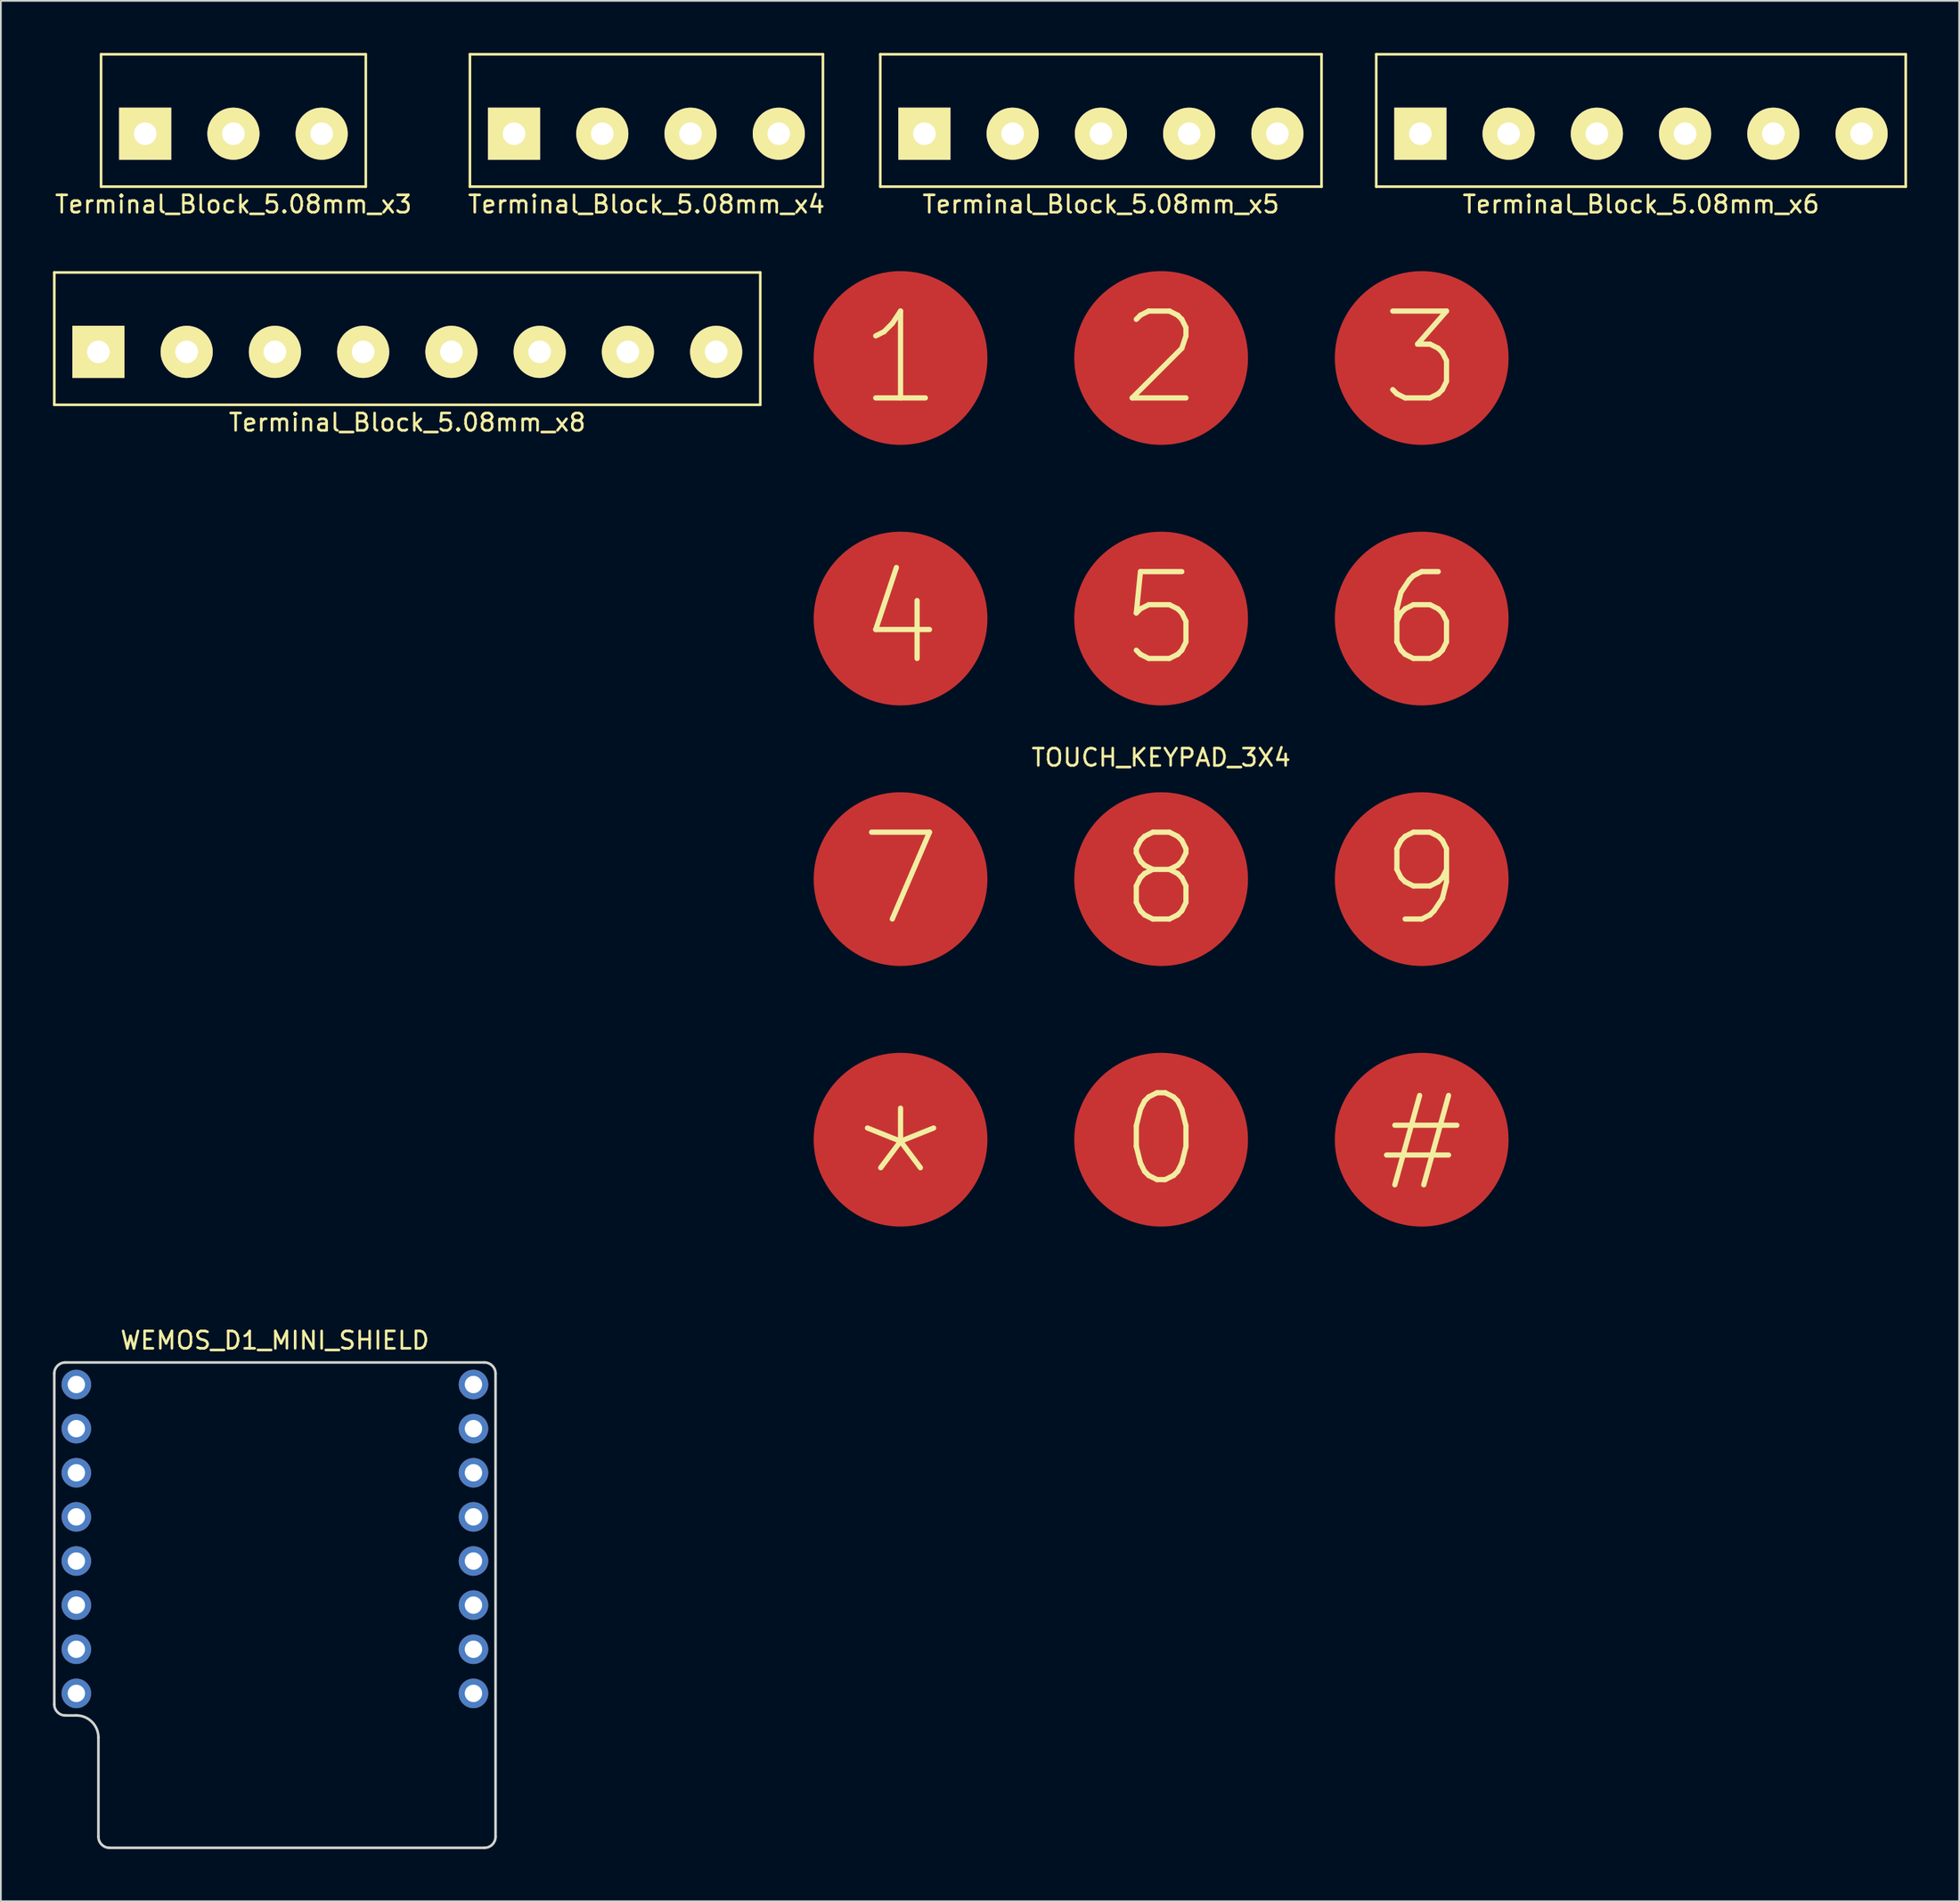
<source format=kicad_pcb>
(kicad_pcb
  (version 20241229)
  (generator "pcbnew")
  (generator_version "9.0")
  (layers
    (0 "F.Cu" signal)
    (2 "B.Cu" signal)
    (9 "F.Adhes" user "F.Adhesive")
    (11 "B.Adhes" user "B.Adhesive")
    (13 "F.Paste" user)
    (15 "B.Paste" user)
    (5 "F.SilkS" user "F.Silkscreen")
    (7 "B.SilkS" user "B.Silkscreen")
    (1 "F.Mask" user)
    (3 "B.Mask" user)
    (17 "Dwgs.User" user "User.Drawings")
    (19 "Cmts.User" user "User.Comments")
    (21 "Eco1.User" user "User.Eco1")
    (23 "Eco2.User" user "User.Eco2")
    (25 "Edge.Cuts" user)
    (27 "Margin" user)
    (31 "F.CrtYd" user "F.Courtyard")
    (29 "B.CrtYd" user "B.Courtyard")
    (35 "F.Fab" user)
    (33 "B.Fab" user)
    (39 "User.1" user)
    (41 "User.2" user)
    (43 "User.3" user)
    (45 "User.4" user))
  (footprint "Terminal_Block_5.08mm_x6"
    (layer "F.Cu")
    (at 91.413 4.647)
    (property "Reference" "Terminal_Block_5.08mm_x6" (at 0 4.064 0) (layer "F.SilkS") (effects (font (size 1 1) (thickness 0.15))))
    (attr through_hole)
    (fp_line (start -15.24 -4.572) (end -15.24 3.048) (stroke (width 0.15) (type solid)) (layer "F.SilkS"))
    (fp_line (start -15.24 3.048) (end 15.24 3.048) (stroke (width 0.15) (type solid)) (layer "F.SilkS"))
    (fp_line (start 15.24 -4.572) (end -15.24 -4.572) (stroke (width 0.15) (type solid)) (layer "F.SilkS"))
    (fp_line (start 15.24 3.048) (end 15.24 -4.572) (stroke (width 0.15) (type solid)) (layer "F.SilkS"))
    (pad "1" thru_hole rect (at -12.7 0) (size 3 3) (drill 1.3) (layers "*.Cu" "*.Mask" "F.SilkS"))
    (pad "2" thru_hole circle (at -7.62 0) (size 3 3) (drill 1.3) (layers "*.Cu" "*.Mask" "F.SilkS"))
    (pad "3" thru_hole circle (at -2.54 0) (size 3 3) (drill 1.3) (layers "*.Cu" "*.Mask" "F.SilkS"))
    (pad "4" thru_hole circle (at 2.54 0) (size 3 3) (drill 1.3) (layers "*.Cu" "*.Mask" "F.SilkS"))
    (pad "5" thru_hole circle (at 7.62 0) (size 3 3) (drill 1.3) (layers "*.Cu" "*.Mask" "F.SilkS"))
    (pad "6" thru_hole circle (at 12.7 0) (size 3 3) (drill 1.3) (layers "*.Cu" "*.Mask" "F.SilkS")))
  (footprint "Terminal_Block_5.08mm_x3"
    (layer "F.Cu")
    (at 10.387 4.647)
    (property "Reference" "Terminal_Block_5.08mm_x3" (at 0 4.064 0) (layer "F.SilkS") (effects (font (size 1 1) (thickness 0.15))))
    (attr through_hole)
    (fp_line (start -7.62 -4.572) (end -7.62 3.048) (stroke (width 0.15) (type solid)) (layer "F.SilkS"))
    (fp_line (start -7.62 -4.572) (end 7.62 -4.572) (stroke (width 0.15) (type solid)) (layer "F.SilkS"))
    (fp_line (start 7.62 3.048) (end -7.62 3.048) (stroke (width 0.15) (type solid)) (layer "F.SilkS"))
    (fp_line (start 7.62 3.048) (end 7.62 -4.572) (stroke (width 0.15) (type solid)) (layer "F.SilkS"))
    (pad "1" thru_hole rect (at -5.08 0) (size 3 3) (drill 1.3) (layers "*.Cu" "*.Mask" "F.SilkS"))
    (pad "2" thru_hole circle (at 0 0) (size 3 3) (drill 1.3) (layers "*.Cu" "*.Mask" "F.SilkS"))
    (pad "3" thru_hole circle (at 5.08 0) (size 3 3) (drill 1.3) (layers "*.Cu" "*.Mask" "F.SilkS")))
  (footprint "TOUCH_KEYPAD_3X4"
    (layer "F.Cu")
    (at 63.79 32.559)
    (property "Reference" "TOUCH_KEYPAD_3X4" (at 0 8 0) (unlocked yes) (layer "F.SilkS") (effects (font (size 1 1) (thickness 0.15))))
    (attr smd)
    (fp_text user "#" (at 15 30 0) (unlocked yes) (layer "F.SilkS") (effects (font (size 4 5) (thickness 0.3))))
    (fp_text user "4" (at -15 0 0) (unlocked yes) (layer "F.SilkS") (effects (font (size 5 5) (thickness 0.3))))
    (fp_text user "5" (at 0 0 0) (unlocked yes) (layer "F.SilkS") (effects (font (size 5 5) (thickness 0.3))))
    (fp_text user "6" (at 15 0 0) (unlocked yes) (layer "F.SilkS") (effects (font (size 5 5) (thickness 0.3))))
    (fp_text user "*" (at -15 32.5 0) (unlocked yes) (layer "F.SilkS") (effects (font (size 8 8) (thickness 0.3))))
    (fp_text user "9" (at 15 15 0) (unlocked yes) (layer "F.SilkS") (effects (font (size 5 5) (thickness 0.3))))
    (fp_text user "7" (at -15 15 0) (unlocked yes) (layer "F.SilkS") (effects (font (size 5 5) (thickness 0.3))))
    (fp_text user "2" (at 0 -15 0) (unlocked yes) (layer "F.SilkS") (effects (font (size 5 5) (thickness 0.3))))
    (fp_text user "1" (at -15 -15 0) (unlocked yes) (layer "F.SilkS") (effects (font (size 5 5) (thickness 0.3))))
    (fp_text user "0" (at 0 30 0) (unlocked yes) (layer "F.SilkS") (effects (font (size 5 5) (thickness 0.3))))
    (fp_text user "3" (at 15 -15 0) (unlocked yes) (layer "F.SilkS") (effects (font (size 5 5) (thickness 0.3))))
    (fp_text user "8" (at 0 15 0) (unlocked yes) (layer "F.SilkS") (effects (font (size 5 5) (thickness 0.3))))
    (pad "1" smd circle (at -15 -15) (size 10 10) (layers "F.Cu"))
    (pad "2" smd circle (at 0 -15) (size 10 10) (layers "F.Cu"))
    (pad "3" smd circle (at 15 -15) (size 10 10) (layers "F.Cu"))
    (pad "4" smd circle (at -15 0) (size 10 10) (layers "F.Cu"))
    (pad "5" smd circle (at 0 0) (size 10 10) (layers "F.Cu"))
    (pad "6" smd circle (at 15 0) (size 10 10) (layers "F.Cu"))
    (pad "7" smd circle (at -15 15) (size 10 10) (layers "F.Cu"))
    (pad "8" smd circle (at 0 15) (size 10 10) (layers "F.Cu"))
    (pad "9" smd circle (at 15 15) (size 10 10) (layers "F.Cu"))
    (pad "10" smd circle (at -15 30) (size 10 10) (layers "F.Cu"))
    (pad "11" smd circle (at 0 30) (size 10 10) (layers "F.Cu"))
    (pad "12" smd circle (at 15 30) (size 10 10) (layers "F.Cu")))
  (footprint "Terminal_Block_5.08mm_x8"
    (layer "F.Cu")
    (at 20.395 17.206)
    (property "Reference" "Terminal_Block_5.08mm_x8" (at 0 4.064 0) (layer "F.SilkS") (effects (font (size 1 1) (thickness 0.15))))
    (attr through_hole)
    (fp_line (start -20.32 -4.572) (end 20.32 -4.572) (stroke (width 0.15) (type solid)) (layer "F.SilkS"))
    (fp_line (start -20.32 3.048) (end -20.32 -4.572) (stroke (width 0.15) (type solid)) (layer "F.SilkS"))
    (fp_line (start 20.32 -4.572) (end 20.32 3.048) (stroke (width 0.15) (type solid)) (layer "F.SilkS"))
    (fp_line (start 20.32 3.048) (end -20.32 3.048) (stroke (width 0.15) (type solid)) (layer "F.SilkS"))
    (pad "1" thru_hole rect (at -17.78 0) (size 3 3) (drill 1.3) (layers "*.Cu" "*.Mask" "F.SilkS"))
    (pad "2" thru_hole circle (at -12.7 0) (size 3 3) (drill 1.3) (layers "*.Cu" "*.Mask" "F.SilkS"))
    (pad "3" thru_hole circle (at -7.62 0) (size 3 3) (drill 1.3) (layers "*.Cu" "*.Mask" "F.SilkS"))
    (pad "4" thru_hole circle (at -2.54 0) (size 3 3) (drill 1.3) (layers "*.Cu" "*.Mask" "F.SilkS"))
    (pad "5" thru_hole circle (at 2.54 0) (size 3 3) (drill 1.3) (layers "*.Cu" "*.Mask" "F.SilkS"))
    (pad "6" thru_hole circle (at 7.62 0) (size 3 3) (drill 1.3) (layers "*.Cu" "*.Mask" "F.SilkS"))
    (pad "7" thru_hole circle (at 12.7 0) (size 3 3) (drill 1.3) (layers "*.Cu" "*.Mask" "F.SilkS"))
    (pad "8" thru_hole circle (at 17.78 0) (size 3 3) (drill 1.3) (layers "*.Cu" "*.Mask" "F.SilkS")))
  (footprint "WEMOS_D1_MINI_SHIELD"
    (layer "F.Cu")
    (at 12.775 86.814)
    (property "Reference" "WEMOS_D1_MINI_SHIELD" (at 0 -12.7 0) (layer "F.SilkS") (effects (font (size 1 1) (thickness 0.15))))
    (attr through_hole)
    (fp_line (start -12.7 -10.795) (end -12.7 8.255) (stroke (width 0.15) (type solid)) (layer "Edge.Cuts"))
    (fp_line (start -12.065 8.89) (end -11.43 8.89) (stroke (width 0.15) (type solid)) (layer "Edge.Cuts"))
    (fp_line (start -10.16 10.16) (end -10.16 15.875) (stroke (width 0.15) (type solid)) (layer "Edge.Cuts"))
    (fp_line (start -9.525 16.51) (end 12.065 16.51) (stroke (width 0.15) (type solid)) (layer "Edge.Cuts"))
    (fp_line (start 12.065 -11.43) (end -12.065 -11.43) (stroke (width 0.15) (type solid)) (layer "Edge.Cuts"))
    (fp_line (start 12.7 15.875) (end 12.7 -10.795) (stroke (width 0.15) (type solid)) (layer "Edge.Cuts"))
    (fp_arc (start -12.7 -10.795) (mid -12.514013 -11.244013) (end -12.065 -11.43) (stroke (width 0.15) (type solid)) (layer "Edge.Cuts"))
    (fp_arc (start -12.065 8.89) (mid -12.514013 8.704013) (end -12.7 8.255) (stroke (width 0.15) (type solid)) (layer "Edge.Cuts"))
    (fp_arc (start -11.43 8.89) (mid -10.531974 9.261974) (end -10.16 10.16) (stroke (width 0.15) (type solid)) (layer "Edge.Cuts"))
    (fp_arc (start -9.525 16.51) (mid -9.974013 16.324013) (end -10.16 15.875) (stroke (width 0.15) (type solid)) (layer "Edge.Cuts"))
    (fp_arc (start 12.065 -11.43) (mid 12.514013 -11.244013) (end 12.7 -10.795) (stroke (width 0.15) (type solid)) (layer "Edge.Cuts"))
    (fp_arc (start 12.7 15.875) (mid 12.514013 16.324013) (end 12.065 16.51) (stroke (width 0.15) (type solid)) (layer "Edge.Cuts"))
    (pad "1" thru_hole circle (at -11.43 -10.16) (size 1.7 1.7) (drill 1) (layers "*.Cu" "*.Mask"))
    (pad "2" thru_hole circle (at -11.43 -7.62) (size 1.7 1.7) (drill 1) (layers "*.Cu" "*.Mask"))
    (pad "3" thru_hole circle (at -11.43 -5.08) (size 1.7 1.7) (drill 1) (layers "*.Cu" "*.Mask"))
    (pad "4" thru_hole circle (at -11.43 -2.54) (size 1.7 1.7) (drill 1) (layers "*.Cu" "*.Mask"))
    (pad "5" thru_hole circle (at -11.43 0) (size 1.7 1.7) (drill 1) (layers "*.Cu" "*.Mask"))
    (pad "6" thru_hole circle (at -11.43 2.54) (size 1.7 1.7) (drill 1) (layers "*.Cu" "*.Mask"))
    (pad "7" thru_hole circle (at -11.43 5.08) (size 1.7 1.7) (drill 1) (layers "*.Cu" "*.Mask"))
    (pad "8" thru_hole circle (at -11.43 7.62) (size 1.7 1.7) (drill 1) (layers "*.Cu" "*.Mask"))
    (pad "9" thru_hole circle (at 11.43 7.62) (size 1.7 1.7) (drill 1) (layers "*.Cu" "*.Mask"))
    (pad "10" thru_hole circle (at 11.43 5.08) (size 1.7 1.7) (drill 1) (layers "*.Cu" "*.Mask"))
    (pad "11" thru_hole circle (at 11.43 2.54) (size 1.7 1.7) (drill 1) (layers "*.Cu" "*.Mask"))
    (pad "12" thru_hole circle (at 11.43 0) (size 1.7 1.7) (drill 1) (layers "*.Cu" "*.Mask"))
    (pad "13" thru_hole circle (at 11.43 -2.54) (size 1.7 1.7) (drill 1) (layers "*.Cu" "*.Mask"))
    (pad "14" thru_hole circle (at 11.43 -5.08) (size 1.7 1.7) (drill 1) (layers "*.Cu" "*.Mask"))
    (pad "15" thru_hole circle (at 11.43 -7.62) (size 1.7 1.7) (drill 1) (layers "*.Cu" "*.Mask"))
    (pad "16" thru_hole circle (at 11.43 -10.16) (size 1.7 1.7) (drill 1) (layers "*.Cu" "*.Mask")))
  (footprint "Terminal_Block_5.08mm_x5"
    (layer "F.Cu")
    (at 60.323 4.647)
    (property "Reference" "Terminal_Block_5.08mm_x5" (at 0 4.064 0) (layer "F.SilkS") (effects (font (size 1 1) (thickness 0.15))))
    (attr through_hole)
    (fp_line (start -12.7 -4.572) (end -12.7 3.048) (stroke (width 0.15) (type solid)) (layer "F.SilkS"))
    (fp_line (start -12.7 3.048) (end 12.7 3.048) (stroke (width 0.15) (type solid)) (layer "F.SilkS"))
    (fp_line (start 12.7 -4.572) (end -12.7 -4.572) (stroke (width 0.15) (type solid)) (layer "F.SilkS"))
    (fp_line (start 12.7 3.048) (end 12.7 -4.572) (stroke (width 0.15) (type solid)) (layer "F.SilkS"))
    (pad "1" thru_hole rect (at -10.16 0) (size 3 3) (drill 1.3) (layers "*.Cu" "*.Mask" "F.SilkS"))
    (pad "2" thru_hole circle (at -5.08 0) (size 3 3) (drill 1.3) (layers "*.Cu" "*.Mask" "F.SilkS"))
    (pad "3" thru_hole circle (at 0 0) (size 3 3) (drill 1.3) (layers "*.Cu" "*.Mask" "F.SilkS"))
    (pad "4" thru_hole circle (at 5.08 0) (size 3 3) (drill 1.3) (layers "*.Cu" "*.Mask" "F.SilkS"))
    (pad "5" thru_hole circle (at 10.16 0) (size 3 3) (drill 1.3) (layers "*.Cu" "*.Mask" "F.SilkS")))
  (footprint "Terminal_Block_5.08mm_x4"
    (layer "F.Cu")
    (at 34.161 4.647)
    (property "Reference" "Terminal_Block_5.08mm_x4" (at 0 4.064 0) (layer "F.SilkS") (effects (font (size 1 1) (thickness 0.15))))
    (attr through_hole)
    (fp_line (start -10.16 -4.572) (end -10.16 3.048) (stroke (width 0.15) (type solid)) (layer "F.SilkS"))
    (fp_line (start -10.16 -4.572) (end 10.16 -4.572) (stroke (width 0.15) (type solid)) (layer "F.SilkS"))
    (fp_line (start 10.16 3.048) (end -10.16 3.048) (stroke (width 0.15) (type solid)) (layer "F.SilkS"))
    (fp_line (start 10.16 3.048) (end 10.16 -4.572) (stroke (width 0.15) (type solid)) (layer "F.SilkS"))
    (pad "1" thru_hole rect (at -7.62 0) (size 3 3) (drill 1.3) (layers "*.Cu" "*.Mask" "F.SilkS"))
    (pad "2" thru_hole circle (at -2.54 0) (size 3 3) (drill 1.3) (layers "*.Cu" "*.Mask" "F.SilkS"))
    (pad "3" thru_hole circle (at 2.54 0) (size 3 3) (drill 1.3) (layers "*.Cu" "*.Mask" "F.SilkS"))
    (pad "4" thru_hole circle (at 7.62 0) (size 3 3) (drill 1.3) (layers "*.Cu" "*.Mask" "F.SilkS")))
  (gr_rect
    (start -3 -3)
    (end 109.728 106.399)
    (stroke (width 0.1) (type default))
    (fill no)
    (layer "Edge.Cuts")))
</source>
